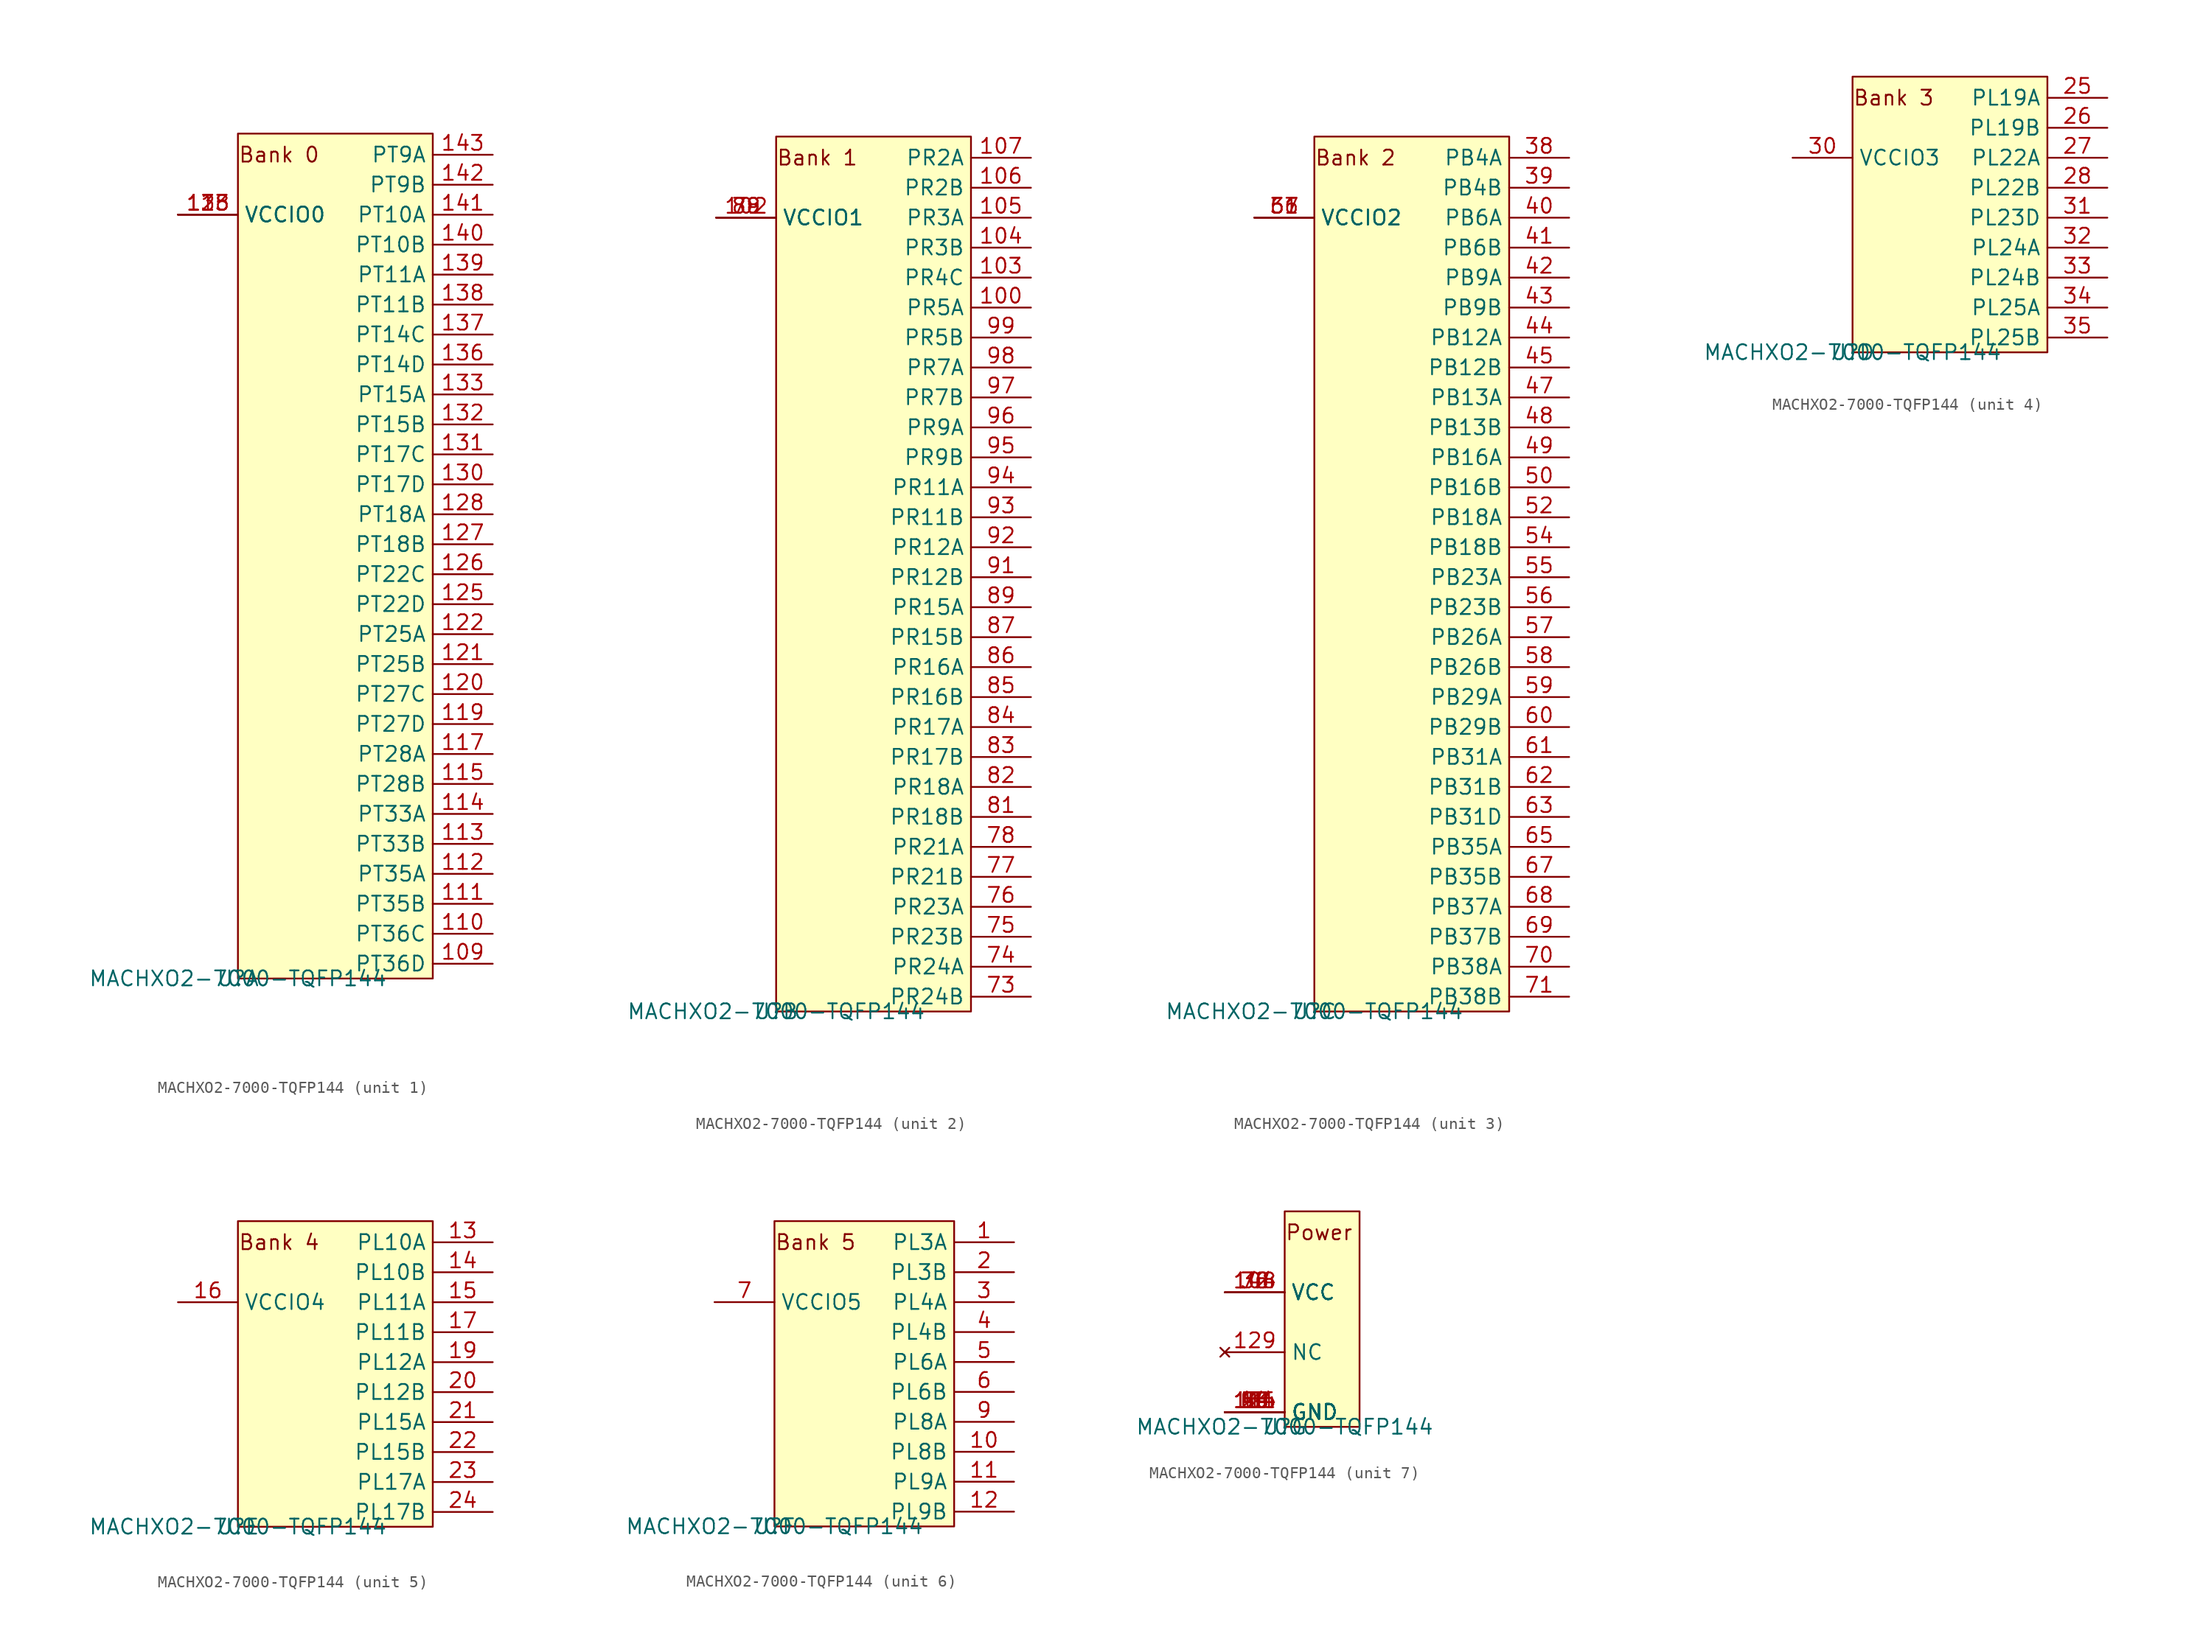
<source format=kicad_sym>
(kicad_symbol_lib
  (version 20211014)
  (generator kicad_symbol_editor)
  (symbol "MACHXO2-7000-TQFP144"
    (property "Reference" "U"
      (at 0 0 0)
      (effects (font (size 1.27 1.27))))
    (property "Value" "MACHXO2-7000-TQFP144"
      (at 0 0 0)
      (effects (font (size 1.27 1.27))))
    (property "ki_locked" ""
      (at 0 0 0)
      (effects (font (size 1.27 1.27))))
    (symbol "MACHXO2-7000-TQFP144_1_0"
      (pin power_in line (at -5.08 64.754 0) (length 5.08) (name "VCCIO0" (effects (font (size 1.27 1.27)))) (number "118" (effects (font (size 1.27 1.27)))))
      (pin power_in line (at -5.08 64.754 0) (length 5.08) (name "VCCIO0" (effects (font (size 1.27 1.27)))) (number "123" (effects (font (size 1.27 1.27)))))
      (pin power_in line (at -5.08 64.754 0) (length 5.08) (name "VCCIO0" (effects (font (size 1.27 1.27)))) (number "135" (effects (font (size 1.27 1.27)))))
      (pin bidirectional line (at 21.59 69.834 180) (length 5.08) (name "PT9A" (effects (font (size 1.27 1.27)))) (number "143" (effects (font (size 1.27 1.27)))))
      (pin bidirectional line (at 21.59 67.294 180) (length 5.08) (name "PT9B" (effects (font (size 1.27 1.27)))) (number "142" (effects (font (size 1.27 1.27)))))
      (pin bidirectional line (at 21.59 64.754 180) (length 5.08) (name "PT10A" (effects (font (size 1.27 1.27)))) (number "141" (effects (font (size 1.27 1.27)))))
      (pin bidirectional line (at 21.59 62.214 180) (length 5.08) (name "PT10B" (effects (font (size 1.27 1.27)))) (number "140" (effects (font (size 1.27 1.27)))))
      (pin bidirectional line (at 21.59 59.674 180) (length 5.08) (name "PT11A" (effects (font (size 1.27 1.27)))) (number "139" (effects (font (size 1.27 1.27)))))
      (pin bidirectional line (at 21.59 57.134 180) (length 5.08) (name "PT11B" (effects (font (size 1.27 1.27)))) (number "138" (effects (font (size 1.27 1.27)))))
      (pin bidirectional line (at 21.59 54.594 180) (length 5.08) (name "PT14C" (effects (font (size 1.27 1.27)))) (number "137" (effects (font (size 1.27 1.27)))))
      (pin bidirectional line (at 21.59 52.054 180) (length 5.08) (name "PT14D" (effects (font (size 1.27 1.27)))) (number "136" (effects (font (size 1.27 1.27)))))
      (pin bidirectional line (at 21.59 49.514 180) (length 5.08) (name "PT15A" (effects (font (size 1.27 1.27)))) (number "133" (effects (font (size 1.27 1.27)))))
      (pin bidirectional line (at 21.59 46.974 180) (length 5.08) (name "PT15B" (effects (font (size 1.27 1.27)))) (number "132" (effects (font (size 1.27 1.27)))))
      (pin bidirectional line (at 21.59 44.434 180) (length 5.08) (name "PT17C" (effects (font (size 1.27 1.27)))) (number "131" (effects (font (size 1.27 1.27)))))
      (pin bidirectional line (at 21.59 41.894 180) (length 5.08) (name "PT17D" (effects (font (size 1.27 1.27)))) (number "130" (effects (font (size 1.27 1.27)))))
      (pin bidirectional line (at 21.59 39.354 180) (length 5.08) (name "PT18A" (effects (font (size 1.27 1.27)))) (number "128" (effects (font (size 1.27 1.27)))))
      (pin bidirectional line (at 21.59 36.814 180) (length 5.08) (name "PT18B" (effects (font (size 1.27 1.27)))) (number "127" (effects (font (size 1.27 1.27)))))
      (pin bidirectional line (at 21.59 34.274 180) (length 5.08) (name "PT22C" (effects (font (size 1.27 1.27)))) (number "126" (effects (font (size 1.27 1.27)))))
      (pin bidirectional line (at 21.59 31.734 180) (length 5.08) (name "PT22D" (effects (font (size 1.27 1.27)))) (number "125" (effects (font (size 1.27 1.27)))))
      (pin bidirectional line (at 21.59 29.194 180) (length 5.08) (name "PT25A" (effects (font (size 1.27 1.27)))) (number "122" (effects (font (size 1.27 1.27)))))
      (pin bidirectional line (at 21.59 26.654 180) (length 5.08) (name "PT25B" (effects (font (size 1.27 1.27)))) (number "121" (effects (font (size 1.27 1.27)))))
      (pin bidirectional line (at 21.59 24.114 180) (length 5.08) (name "PT27C" (effects (font (size 1.27 1.27)))) (number "120" (effects (font (size 1.27 1.27)))))
      (pin bidirectional line (at 21.59 21.574 180) (length 5.08) (name "PT27D" (effects (font (size 1.27 1.27)))) (number "119" (effects (font (size 1.27 1.27)))))
      (pin bidirectional line (at 21.59 19.034 180) (length 5.08) (name "PT28A" (effects (font (size 1.27 1.27)))) (number "117" (effects (font (size 1.27 1.27)))))
      (pin bidirectional line (at 21.59 16.494 180) (length 5.08) (name "PT28B" (effects (font (size 1.27 1.27)))) (number "115" (effects (font (size 1.27 1.27)))))
      (pin bidirectional line (at 21.59 13.954 180) (length 5.08) (name "PT33A" (effects (font (size 1.27 1.27)))) (number "114" (effects (font (size 1.27 1.27)))))
      (pin bidirectional line (at 21.59 11.414 180) (length 5.08) (name "PT33B" (effects (font (size 1.27 1.27)))) (number "113" (effects (font (size 1.27 1.27)))))
      (pin bidirectional line (at 21.59 8.874 180) (length 5.08) (name "PT35A" (effects (font (size 1.27 1.27)))) (number "112" (effects (font (size 1.27 1.27)))))
      (pin bidirectional line (at 21.59 6.334 180) (length 5.08) (name "PT35B" (effects (font (size 1.27 1.27)))) (number "111" (effects (font (size 1.27 1.27)))))
      (pin bidirectional line (at 21.59 3.794 180) (length 5.08) (name "PT36C" (effects (font (size 1.27 1.27)))) (number "110" (effects (font (size 1.27 1.27)))))
      (pin bidirectional line (at 21.59 1.254 180) (length 5.08) (name "PT36D" (effects (font (size 1.27 1.27)))) (number "109" (effects (font (size 1.27 1.27))))))
    (symbol "MACHXO2-7000-TQFP144_1_1"
      (rectangle (start 0 0) (end 16.51 71.628) (stroke (width 0) (type default) (color 0 0 0 0)) (fill (type background)))
      (text "Bank 0" (at 0 69.834 0) (effects (font (size 1.27 1.27)) (justify left))))
    (symbol "MACHXO2-7000-TQFP144_2_0"
      (pin power_in line (at -5.08 67.294 0) (length 5.08) (name "VCCIO1" (effects (font (size 1.27 1.27)))) (number "79" (effects (font (size 1.27 1.27)))))
      (pin power_in line (at -5.08 67.294 0) (length 5.08) (name "VCCIO1" (effects (font (size 1.27 1.27)))) (number "88" (effects (font (size 1.27 1.27)))))
      (pin power_in line (at -5.08 67.294 0) (length 5.08) (name "VCCIO1" (effects (font (size 1.27 1.27)))) (number "102" (effects (font (size 1.27 1.27)))))
      (pin bidirectional line (at 21.59 72.374 180) (length 5.08) (name "PR2A" (effects (font (size 1.27 1.27)))) (number "107" (effects (font (size 1.27 1.27)))))
      (pin bidirectional line (at 21.59 69.834 180) (length 5.08) (name "PR2B" (effects (font (size 1.27 1.27)))) (number "106" (effects (font (size 1.27 1.27)))))
      (pin bidirectional line (at 21.59 67.294 180) (length 5.08) (name "PR3A" (effects (font (size 1.27 1.27)))) (number "105" (effects (font (size 1.27 1.27)))))
      (pin bidirectional line (at 21.59 64.754 180) (length 5.08) (name "PR3B" (effects (font (size 1.27 1.27)))) (number "104" (effects (font (size 1.27 1.27)))))
      (pin bidirectional line (at 21.59 62.214 180) (length 5.08) (name "PR4C" (effects (font (size 1.27 1.27)))) (number "103" (effects (font (size 1.27 1.27)))))
      (pin bidirectional line (at 21.59 59.674 180) (length 5.08) (name "PR5A" (effects (font (size 1.27 1.27)))) (number "100" (effects (font (size 1.27 1.27)))))
      (pin bidirectional line (at 21.59 57.134 180) (length 5.08) (name "PR5B" (effects (font (size 1.27 1.27)))) (number "99" (effects (font (size 1.27 1.27)))))
      (pin bidirectional line (at 21.59 54.594 180) (length 5.08) (name "PR7A" (effects (font (size 1.27 1.27)))) (number "98" (effects (font (size 1.27 1.27)))))
      (pin bidirectional line (at 21.59 52.054 180) (length 5.08) (name "PR7B" (effects (font (size 1.27 1.27)))) (number "97" (effects (font (size 1.27 1.27)))))
      (pin bidirectional line (at 21.59 49.514 180) (length 5.08) (name "PR9A" (effects (font (size 1.27 1.27)))) (number "96" (effects (font (size 1.27 1.27)))))
      (pin bidirectional line (at 21.59 46.974 180) (length 5.08) (name "PR9B" (effects (font (size 1.27 1.27)))) (number "95" (effects (font (size 1.27 1.27)))))
      (pin bidirectional line (at 21.59 44.434 180) (length 5.08) (name "PR11A" (effects (font (size 1.27 1.27)))) (number "94" (effects (font (size 1.27 1.27)))))
      (pin bidirectional line (at 21.59 41.894 180) (length 5.08) (name "PR11B" (effects (font (size 1.27 1.27)))) (number "93" (effects (font (size 1.27 1.27)))))
      (pin bidirectional line (at 21.59 39.354 180) (length 5.08) (name "PR12A" (effects (font (size 1.27 1.27)))) (number "92" (effects (font (size 1.27 1.27)))))
      (pin bidirectional line (at 21.59 36.814 180) (length 5.08) (name "PR12B" (effects (font (size 1.27 1.27)))) (number "91" (effects (font (size 1.27 1.27)))))
      (pin bidirectional line (at 21.59 34.274 180) (length 5.08) (name "PR15A" (effects (font (size 1.27 1.27)))) (number "89" (effects (font (size 1.27 1.27)))))
      (pin bidirectional line (at 21.59 31.734 180) (length 5.08) (name "PR15B" (effects (font (size 1.27 1.27)))) (number "87" (effects (font (size 1.27 1.27)))))
      (pin bidirectional line (at 21.59 29.194 180) (length 5.08) (name "PR16A" (effects (font (size 1.27 1.27)))) (number "86" (effects (font (size 1.27 1.27)))))
      (pin bidirectional line (at 21.59 26.654 180) (length 5.08) (name "PR16B" (effects (font (size 1.27 1.27)))) (number "85" (effects (font (size 1.27 1.27)))))
      (pin bidirectional line (at 21.59 24.114 180) (length 5.08) (name "PR17A" (effects (font (size 1.27 1.27)))) (number "84" (effects (font (size 1.27 1.27)))))
      (pin bidirectional line (at 21.59 21.574 180) (length 5.08) (name "PR17B" (effects (font (size 1.27 1.27)))) (number "83" (effects (font (size 1.27 1.27)))))
      (pin bidirectional line (at 21.59 19.034 180) (length 5.08) (name "PR18A" (effects (font (size 1.27 1.27)))) (number "82" (effects (font (size 1.27 1.27)))))
      (pin bidirectional line (at 21.59 16.494 180) (length 5.08) (name "PR18B" (effects (font (size 1.27 1.27)))) (number "81" (effects (font (size 1.27 1.27)))))
      (pin bidirectional line (at 21.59 13.954 180) (length 5.08) (name "PR21A" (effects (font (size 1.27 1.27)))) (number "78" (effects (font (size 1.27 1.27)))))
      (pin bidirectional line (at 21.59 11.414 180) (length 5.08) (name "PR21B" (effects (font (size 1.27 1.27)))) (number "77" (effects (font (size 1.27 1.27)))))
      (pin bidirectional line (at 21.59 8.874 180) (length 5.08) (name "PR23A" (effects (font (size 1.27 1.27)))) (number "76" (effects (font (size 1.27 1.27)))))
      (pin bidirectional line (at 21.59 6.334 180) (length 5.08) (name "PR23B" (effects (font (size 1.27 1.27)))) (number "75" (effects (font (size 1.27 1.27)))))
      (pin bidirectional line (at 21.59 3.794 180) (length 5.08) (name "PR24A" (effects (font (size 1.27 1.27)))) (number "74" (effects (font (size 1.27 1.27)))))
      (pin bidirectional line (at 21.59 1.254 180) (length 5.08) (name "PR24B" (effects (font (size 1.27 1.27)))) (number "73" (effects (font (size 1.27 1.27))))))
    (symbol "MACHXO2-7000-TQFP144_2_1"
      (rectangle (start 0 0) (end 16.51 74.168) (stroke (width 0) (type default) (color 0 0 0 0)) (fill (type background)))
      (text "Bank 1" (at 0 72.374 0) (effects (font (size 1.27 1.27)) (justify left))))
    (symbol "MACHXO2-7000-TQFP144_3_0"
      (pin power_in line (at -5.08 67.294 0) (length 5.08) (name "VCCIO2" (effects (font (size 1.27 1.27)))) (number "37" (effects (font (size 1.27 1.27)))))
      (pin power_in line (at -5.08 67.294 0) (length 5.08) (name "VCCIO2" (effects (font (size 1.27 1.27)))) (number "51" (effects (font (size 1.27 1.27)))))
      (pin power_in line (at -5.08 67.294 0) (length 5.08) (name "VCCIO2" (effects (font (size 1.27 1.27)))) (number "66" (effects (font (size 1.27 1.27)))))
      (pin bidirectional line (at 21.59 72.374 180) (length 5.08) (name "PB4A" (effects (font (size 1.27 1.27)))) (number "38" (effects (font (size 1.27 1.27)))))
      (pin bidirectional line (at 21.59 69.834 180) (length 5.08) (name "PB4B" (effects (font (size 1.27 1.27)))) (number "39" (effects (font (size 1.27 1.27)))))
      (pin bidirectional line (at 21.59 67.294 180) (length 5.08) (name "PB6A" (effects (font (size 1.27 1.27)))) (number "40" (effects (font (size 1.27 1.27)))))
      (pin bidirectional line (at 21.59 64.754 180) (length 5.08) (name "PB6B" (effects (font (size 1.27 1.27)))) (number "41" (effects (font (size 1.27 1.27)))))
      (pin bidirectional line (at 21.59 62.214 180) (length 5.08) (name "PB9A" (effects (font (size 1.27 1.27)))) (number "42" (effects (font (size 1.27 1.27)))))
      (pin bidirectional line (at 21.59 59.674 180) (length 5.08) (name "PB9B" (effects (font (size 1.27 1.27)))) (number "43" (effects (font (size 1.27 1.27)))))
      (pin bidirectional line (at 21.59 57.134 180) (length 5.08) (name "PB12A" (effects (font (size 1.27 1.27)))) (number "44" (effects (font (size 1.27 1.27)))))
      (pin bidirectional line (at 21.59 54.594 180) (length 5.08) (name "PB12B" (effects (font (size 1.27 1.27)))) (number "45" (effects (font (size 1.27 1.27)))))
      (pin bidirectional line (at 21.59 52.054 180) (length 5.08) (name "PB13A" (effects (font (size 1.27 1.27)))) (number "47" (effects (font (size 1.27 1.27)))))
      (pin bidirectional line (at 21.59 49.514 180) (length 5.08) (name "PB13B" (effects (font (size 1.27 1.27)))) (number "48" (effects (font (size 1.27 1.27)))))
      (pin bidirectional line (at 21.59 46.974 180) (length 5.08) (name "PB16A" (effects (font (size 1.27 1.27)))) (number "49" (effects (font (size 1.27 1.27)))))
      (pin bidirectional line (at 21.59 44.434 180) (length 5.08) (name "PB16B" (effects (font (size 1.27 1.27)))) (number "50" (effects (font (size 1.27 1.27)))))
      (pin bidirectional line (at 21.59 41.894 180) (length 5.08) (name "PB18A" (effects (font (size 1.27 1.27)))) (number "52" (effects (font (size 1.27 1.27)))))
      (pin bidirectional line (at 21.59 39.354 180) (length 5.08) (name "PB18B" (effects (font (size 1.27 1.27)))) (number "54" (effects (font (size 1.27 1.27)))))
      (pin bidirectional line (at 21.59 36.814 180) (length 5.08) (name "PB23A" (effects (font (size 1.27 1.27)))) (number "55" (effects (font (size 1.27 1.27)))))
      (pin bidirectional line (at 21.59 34.274 180) (length 5.08) (name "PB23B" (effects (font (size 1.27 1.27)))) (number "56" (effects (font (size 1.27 1.27)))))
      (pin bidirectional line (at 21.59 31.734 180) (length 5.08) (name "PB26A" (effects (font (size 1.27 1.27)))) (number "57" (effects (font (size 1.27 1.27)))))
      (pin bidirectional line (at 21.59 29.194 180) (length 5.08) (name "PB26B" (effects (font (size 1.27 1.27)))) (number "58" (effects (font (size 1.27 1.27)))))
      (pin bidirectional line (at 21.59 26.654 180) (length 5.08) (name "PB29A" (effects (font (size 1.27 1.27)))) (number "59" (effects (font (size 1.27 1.27)))))
      (pin bidirectional line (at 21.59 24.114 180) (length 5.08) (name "PB29B" (effects (font (size 1.27 1.27)))) (number "60" (effects (font (size 1.27 1.27)))))
      (pin bidirectional line (at 21.59 21.574 180) (length 5.08) (name "PB31A" (effects (font (size 1.27 1.27)))) (number "61" (effects (font (size 1.27 1.27)))))
      (pin bidirectional line (at 21.59 19.034 180) (length 5.08) (name "PB31B" (effects (font (size 1.27 1.27)))) (number "62" (effects (font (size 1.27 1.27)))))
      (pin bidirectional line (at 21.59 16.494 180) (length 5.08) (name "PB31D" (effects (font (size 1.27 1.27)))) (number "63" (effects (font (size 1.27 1.27)))))
      (pin bidirectional line (at 21.59 13.954 180) (length 5.08) (name "PB35A" (effects (font (size 1.27 1.27)))) (number "65" (effects (font (size 1.27 1.27)))))
      (pin bidirectional line (at 21.59 11.414 180) (length 5.08) (name "PB35B" (effects (font (size 1.27 1.27)))) (number "67" (effects (font (size 1.27 1.27)))))
      (pin bidirectional line (at 21.59 8.874 180) (length 5.08) (name "PB37A" (effects (font (size 1.27 1.27)))) (number "68" (effects (font (size 1.27 1.27)))))
      (pin bidirectional line (at 21.59 6.334 180) (length 5.08) (name "PB37B" (effects (font (size 1.27 1.27)))) (number "69" (effects (font (size 1.27 1.27)))))
      (pin bidirectional line (at 21.59 3.794 180) (length 5.08) (name "PB38A" (effects (font (size 1.27 1.27)))) (number "70" (effects (font (size 1.27 1.27)))))
      (pin bidirectional line (at 21.59 1.254 180) (length 5.08) (name "PB38B" (effects (font (size 1.27 1.27)))) (number "71" (effects (font (size 1.27 1.27))))))
    (symbol "MACHXO2-7000-TQFP144_3_1"
      (rectangle (start 0 0) (end 16.51 74.168) (stroke (width 0) (type default) (color 0 0 0 0)) (fill (type background)))
      (text "Bank 2" (at 0 72.374 0) (effects (font (size 1.27 1.27)) (justify left))))
    (symbol "MACHXO2-7000-TQFP144_4_0"
      (pin power_in line (at -5.08 16.494 0) (length 5.08) (name "VCCIO3" (effects (font (size 1.27 1.27)))) (number "30" (effects (font (size 1.27 1.27)))))
      (pin bidirectional line (at 21.59 21.574 180) (length 5.08) (name "PL19A" (effects (font (size 1.27 1.27)))) (number "25" (effects (font (size 1.27 1.27)))))
      (pin bidirectional line (at 21.59 19.034 180) (length 5.08) (name "PL19B" (effects (font (size 1.27 1.27)))) (number "26" (effects (font (size 1.27 1.27)))))
      (pin bidirectional line (at 21.59 16.494 180) (length 5.08) (name "PL22A" (effects (font (size 1.27 1.27)))) (number "27" (effects (font (size 1.27 1.27)))))
      (pin bidirectional line (at 21.59 13.954 180) (length 5.08) (name "PL22B" (effects (font (size 1.27 1.27)))) (number "28" (effects (font (size 1.27 1.27)))))
      (pin bidirectional line (at 21.59 11.414 180) (length 5.08) (name "PL23D" (effects (font (size 1.27 1.27)))) (number "31" (effects (font (size 1.27 1.27)))))
      (pin bidirectional line (at 21.59 8.874 180) (length 5.08) (name "PL24A" (effects (font (size 1.27 1.27)))) (number "32" (effects (font (size 1.27 1.27)))))
      (pin bidirectional line (at 21.59 6.334 180) (length 5.08) (name "PL24B" (effects (font (size 1.27 1.27)))) (number "33" (effects (font (size 1.27 1.27)))))
      (pin bidirectional line (at 21.59 3.794 180) (length 5.08) (name "PL25A" (effects (font (size 1.27 1.27)))) (number "34" (effects (font (size 1.27 1.27)))))
      (pin bidirectional line (at 21.59 1.254 180) (length 5.08) (name "PL25B" (effects (font (size 1.27 1.27)))) (number "35" (effects (font (size 1.27 1.27))))))
    (symbol "MACHXO2-7000-TQFP144_4_1"
      (rectangle (start 0 0) (end 16.51 23.368) (stroke (width 0) (type default) (color 0 0 0 0)) (fill (type background)))
      (text "Bank 3" (at 0 21.574 0) (effects (font (size 1.27 1.27)) (justify left))))
    (symbol "MACHXO2-7000-TQFP144_5_0"
      (pin power_in line (at -5.08 19.034 0) (length 5.08) (name "VCCIO4" (effects (font (size 1.27 1.27)))) (number "16" (effects (font (size 1.27 1.27)))))
      (pin bidirectional line (at 21.59 24.114 180) (length 5.08) (name "PL10A" (effects (font (size 1.27 1.27)))) (number "13" (effects (font (size 1.27 1.27)))))
      (pin bidirectional line (at 21.59 21.574 180) (length 5.08) (name "PL10B" (effects (font (size 1.27 1.27)))) (number "14" (effects (font (size 1.27 1.27)))))
      (pin bidirectional line (at 21.59 19.034 180) (length 5.08) (name "PL11A" (effects (font (size 1.27 1.27)))) (number "15" (effects (font (size 1.27 1.27)))))
      (pin bidirectional line (at 21.59 16.494 180) (length 5.08) (name "PL11B" (effects (font (size 1.27 1.27)))) (number "17" (effects (font (size 1.27 1.27)))))
      (pin bidirectional line (at 21.59 13.954 180) (length 5.08) (name "PL12A" (effects (font (size 1.27 1.27)))) (number "19" (effects (font (size 1.27 1.27)))))
      (pin bidirectional line (at 21.59 11.414 180) (length 5.08) (name "PL12B" (effects (font (size 1.27 1.27)))) (number "20" (effects (font (size 1.27 1.27)))))
      (pin bidirectional line (at 21.59 8.874 180) (length 5.08) (name "PL15A" (effects (font (size 1.27 1.27)))) (number "21" (effects (font (size 1.27 1.27)))))
      (pin bidirectional line (at 21.59 6.334 180) (length 5.08) (name "PL15B" (effects (font (size 1.27 1.27)))) (number "22" (effects (font (size 1.27 1.27)))))
      (pin bidirectional line (at 21.59 3.794 180) (length 5.08) (name "PL17A" (effects (font (size 1.27 1.27)))) (number "23" (effects (font (size 1.27 1.27)))))
      (pin bidirectional line (at 21.59 1.254 180) (length 5.08) (name "PL17B" (effects (font (size 1.27 1.27)))) (number "24" (effects (font (size 1.27 1.27))))))
    (symbol "MACHXO2-7000-TQFP144_5_1"
      (rectangle (start 0 0) (end 16.51 25.908) (stroke (width 0) (type default) (color 0 0 0 0)) (fill (type background)))
      (text "Bank 4" (at 0 24.114 0) (effects (font (size 1.27 1.27)) (justify left))))
    (symbol "MACHXO2-7000-TQFP144_6_0"
      (pin power_in line (at -5.08 19.034 0) (length 5.08) (name "VCCIO5" (effects (font (size 1.27 1.27)))) (number "7" (effects (font (size 1.27 1.27)))))
      (pin bidirectional line (at 20.32 24.114 180) (length 5.08) (name "PL3A" (effects (font (size 1.27 1.27)))) (number "1" (effects (font (size 1.27 1.27)))))
      (pin bidirectional line (at 20.32 21.574 180) (length 5.08) (name "PL3B" (effects (font (size 1.27 1.27)))) (number "2" (effects (font (size 1.27 1.27)))))
      (pin bidirectional line (at 20.32 19.034 180) (length 5.08) (name "PL4A" (effects (font (size 1.27 1.27)))) (number "3" (effects (font (size 1.27 1.27)))))
      (pin bidirectional line (at 20.32 16.494 180) (length 5.08) (name "PL4B" (effects (font (size 1.27 1.27)))) (number "4" (effects (font (size 1.27 1.27)))))
      (pin bidirectional line (at 20.32 13.954 180) (length 5.08) (name "PL6A" (effects (font (size 1.27 1.27)))) (number "5" (effects (font (size 1.27 1.27)))))
      (pin bidirectional line (at 20.32 11.414 180) (length 5.08) (name "PL6B" (effects (font (size 1.27 1.27)))) (number "6" (effects (font (size 1.27 1.27)))))
      (pin bidirectional line (at 20.32 8.874 180) (length 5.08) (name "PL8A" (effects (font (size 1.27 1.27)))) (number "9" (effects (font (size 1.27 1.27)))))
      (pin bidirectional line (at 20.32 6.334 180) (length 5.08) (name "PL8B" (effects (font (size 1.27 1.27)))) (number "10" (effects (font (size 1.27 1.27)))))
      (pin bidirectional line (at 20.32 3.794 180) (length 5.08) (name "PL9A" (effects (font (size 1.27 1.27)))) (number "11" (effects (font (size 1.27 1.27)))))
      (pin bidirectional line (at 20.32 1.254 180) (length 5.08) (name "PL9B" (effects (font (size 1.27 1.27)))) (number "12" (effects (font (size 1.27 1.27))))))
    (symbol "MACHXO2-7000-TQFP144_6_1"
      (rectangle (start 0 0) (end 15.24 25.908) (stroke (width 0) (type default) (color 0 0 0 0)) (fill (type background)))
      (text "Bank 5" (at 0 24.114 0) (effects (font (size 1.27 1.27)) (justify left))))
    (symbol "MACHXO2-7000-TQFP144_7_0"
      (pin power_in line (at -5.08 11.414 0) (length 5.08) (name "VCC" (effects (font (size 1.27 1.27)))) (number "36" (effects (font (size 1.27 1.27)))))
      (pin power_in line (at -5.08 11.414 0) (length 5.08) (name "VCC" (effects (font (size 1.27 1.27)))) (number "72" (effects (font (size 1.27 1.27)))))
      (pin power_in line (at -5.08 11.414 0) (length 5.08) (name "VCC" (effects (font (size 1.27 1.27)))) (number "108" (effects (font (size 1.27 1.27)))))
      (pin power_in line (at -5.08 11.414 0) (length 5.08) (name "VCC" (effects (font (size 1.27 1.27)))) (number "144" (effects (font (size 1.27 1.27)))))
      (pin no_connect line (at -5.08 6.334 0) (length 5.08) (name "NC" (effects (font (size 1.27 1.27)))) (number "129" (effects (font (size 1.27 1.27)))))
      (pin power_in line (at -5.08 1.254 0) (length 5.08) (name "GND" (effects (font (size 1.27 1.27)))) (number "8" (effects (font (size 1.27 1.27)))))
      (pin power_in line (at -5.08 1.254 0) (length 5.08) (name "GND" (effects (font (size 1.27 1.27)))) (number "18" (effects (font (size 1.27 1.27)))))
      (pin power_in line (at -5.08 1.254 0) (length 5.08) (name "GND" (effects (font (size 1.27 1.27)))) (number "29" (effects (font (size 1.27 1.27)))))
      (pin power_in line (at -5.08 1.254 0) (length 5.08) (name "GND" (effects (font (size 1.27 1.27)))) (number "46" (effects (font (size 1.27 1.27)))))
      (pin power_in line (at -5.08 1.254 0) (length 5.08) (name "GND" (effects (font (size 1.27 1.27)))) (number "53" (effects (font (size 1.27 1.27)))))
      (pin power_in line (at -5.08 1.254 0) (length 5.08) (name "GND" (effects (font (size 1.27 1.27)))) (number "64" (effects (font (size 1.27 1.27)))))
      (pin power_in line (at -5.08 1.254 0) (length 5.08) (name "GND" (effects (font (size 1.27 1.27)))) (number "80" (effects (font (size 1.27 1.27)))))
      (pin power_in line (at -5.08 1.254 0) (length 5.08) (name "GND" (effects (font (size 1.27 1.27)))) (number "90" (effects (font (size 1.27 1.27)))))
      (pin power_in line (at -5.08 1.254 0) (length 5.08) (name "GND" (effects (font (size 1.27 1.27)))) (number "101" (effects (font (size 1.27 1.27)))))
      (pin power_in line (at -5.08 1.254 0) (length 5.08) (name "GND" (effects (font (size 1.27 1.27)))) (number "116" (effects (font (size 1.27 1.27)))))
      (pin power_in line (at -5.08 1.254 0) (length 5.08) (name "GND" (effects (font (size 1.27 1.27)))) (number "124" (effects (font (size 1.27 1.27)))))
      (pin power_in line (at -5.08 1.254 0) (length 5.08) (name "GND" (effects (font (size 1.27 1.27)))) (number "134" (effects (font (size 1.27 1.27))))))
    (symbol "MACHXO2-7000-TQFP144_7_1"
      (rectangle (start 0 0) (end 6.35 18.288) (stroke (width 0) (type default) (color 0 0 0 0)) (fill (type background)))
      (text "Power" (at 0 16.494 0) (effects (font (size 1.27 1.27)) (justify left))))))
</source>
